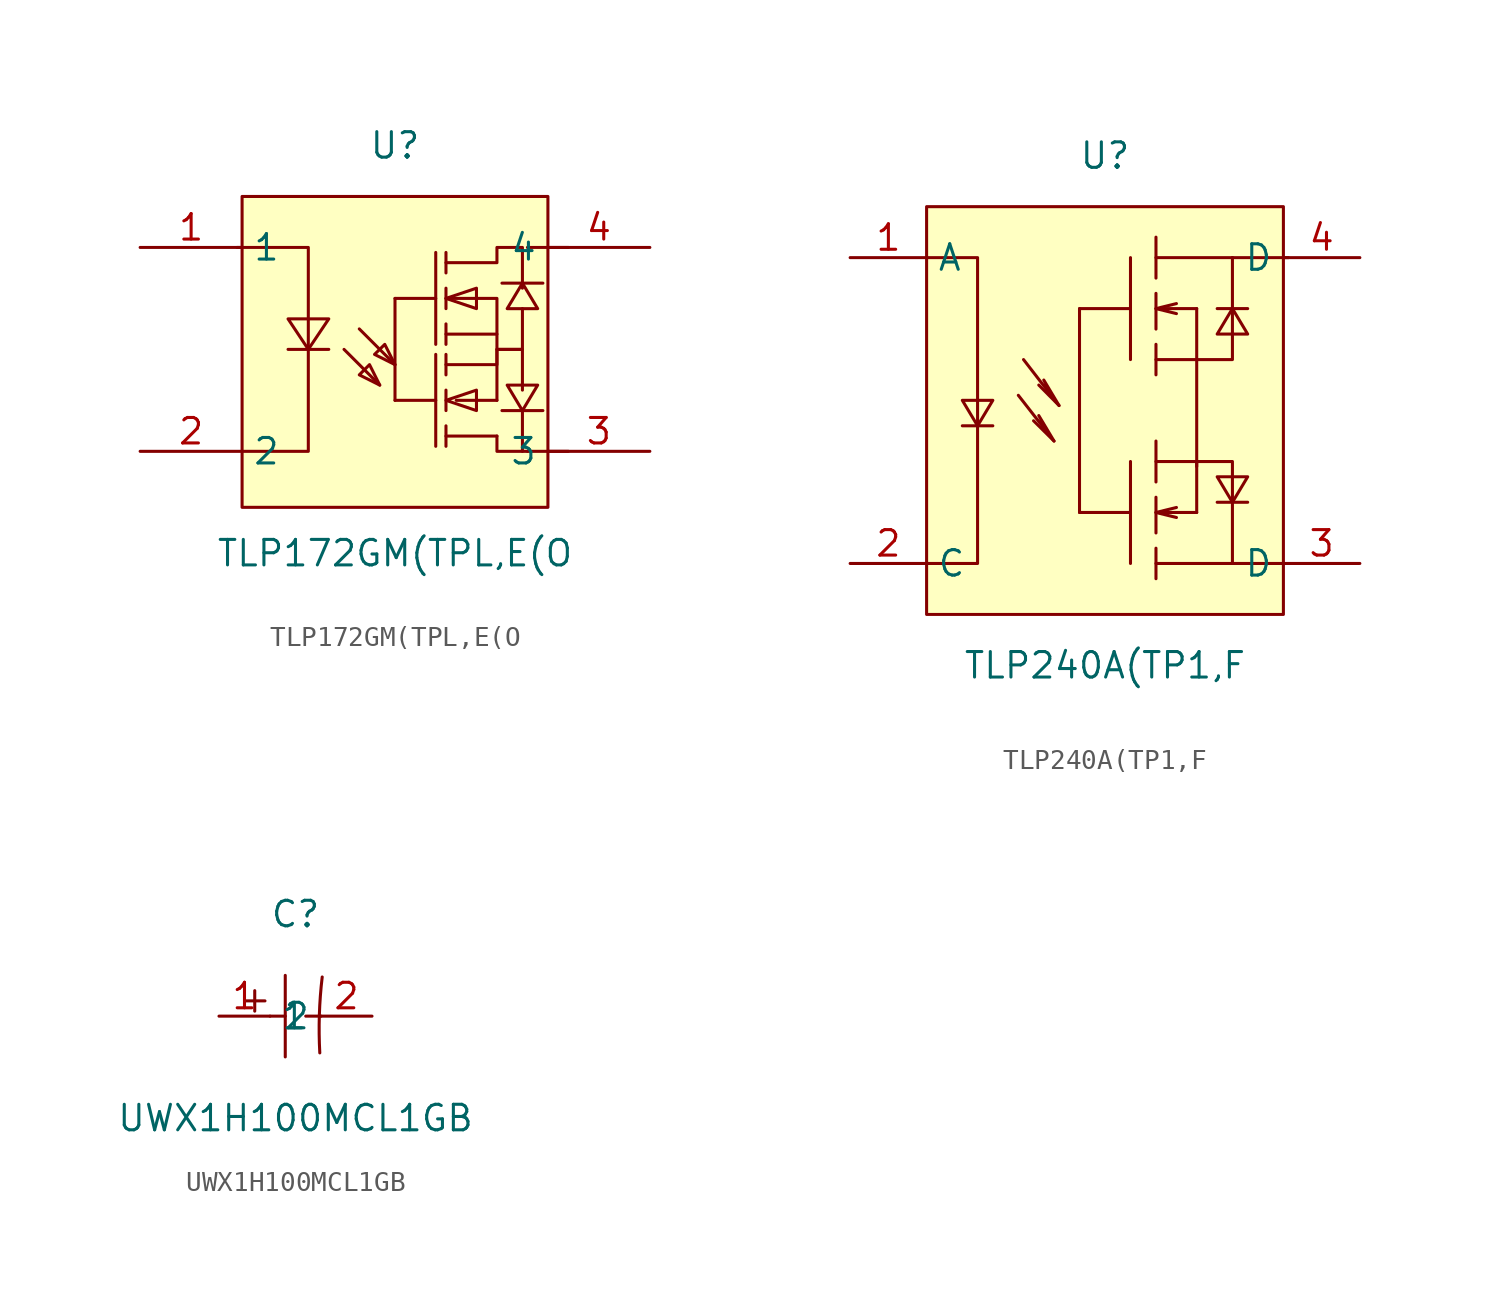
<source format=kicad_sym>
(kicad_symbol_lib
  (version 20211014)
  (generator https://github.com/uPesy/easyeda2kicad.py)
  (symbol "TLP172GM(TPL,E(O"
    (property "Reference" "U"
      (at 0 10.16 0)
      (effects (font (size 1.27 1.27))))
    (property "Value" "TLP172GM(TPL,E(O"
      (at 0 -10.16 0)
      (effects (font (size 1.27 1.27))))
    (symbol "TLP172GM(TPL,E(O_0_1"
      (rectangle (start -7.62 7.62) (end 7.62 -7.87) (stroke (width 0) (type default) (color 0 0 0 0)) (fill (type background)))
      (polyline (pts (xy -0.76 -1.78) (xy -1.27 -0.76) (xy -1.78 -1.27) (xy -0.76 -1.78)) (stroke (width 0) (type default) (color 0 0 0 0)) (fill (type background)))
      (polyline (pts (xy 0.00 -0.76) (xy -0.51 0.25) (xy -1.02 -0.25) (xy 0.00 -0.76)) (stroke (width 0) (type default) (color 0 0 0 0)) (fill (type background)))
      (polyline (pts (xy -7.87 5.08) (xy -4.32 5.08) (xy -4.32 -5.08) (xy -7.62 -5.08)) (stroke (width 0) (type default) (color 0 0 0 0)) (fill (type none)))
      (polyline (pts (xy -5.33 1.52) (xy -3.30 1.52) (xy -4.32 -0.00) (xy -5.33 1.52) (xy -5.33 1.52)) (stroke (width 0) (type default) (color 0 0 0 0)) (fill (type background)))
      (polyline (pts (xy -5.33 -0.00) (xy -3.30 -0.00)) (stroke (width 0) (type default) (color 0 0 0 0)) (fill (type none)))
      (polyline (pts (xy -2.54 -0.00) (xy -0.76 -1.78)) (stroke (width 0) (type default) (color 0 0 0 0)) (fill (type none)))
      (polyline (pts (xy -1.78 1.02) (xy 0.00 -0.76)) (stroke (width 0) (type default) (color 0 0 0 0)) (fill (type none)))
      (polyline (pts (xy 2.54 4.32) (xy 5.08 4.32) (xy 5.08 5.08) (xy 6.35 5.08) (xy 6.35 3.05)) (stroke (width 0) (type default) (color 0 0 0 0)) (fill (type none)))
      (polyline (pts (xy 2.54 2.54) (xy 5.08 2.54) (xy 5.08 1.27) (xy 5.08 -0.00) (xy 6.35 -0.00) (xy 6.35 2.03)) (stroke (width 0) (type default) (color 0 0 0 0)) (fill (type none)))
      (polyline (pts (xy 5.08 0.76) (xy 2.54 0.76)) (stroke (width 0) (type default) (color 0 0 0 0)) (fill (type none)))
      (polyline (pts (xy 2.03 4.83) (xy 2.03 0.25)) (stroke (width 0) (type default) (color 0 0 0 0)) (fill (type none)))
      (polyline (pts (xy 2.54 4.83) (xy 2.54 3.81)) (stroke (width 0) (type default) (color 0 0 0 0)) (fill (type none)))
      (polyline (pts (xy 2.54 2.03) (xy 2.54 3.05)) (stroke (width 0) (type default) (color 0 0 0 0)) (fill (type none)))
      (polyline (pts (xy 2.54 0.25) (xy 2.54 1.27)) (stroke (width 0) (type default) (color 0 0 0 0)) (fill (type none)))
      (polyline (pts (xy 0.00 2.54) (xy 2.03 2.54)) (stroke (width 0) (type default) (color 0 0 0 0)) (fill (type none)))
      (polyline (pts (xy 7.37 3.30) (xy 6.86 3.30) (xy 5.84 3.30) (xy 5.33 3.30)) (stroke (width 0) (type default) (color 0 0 0 0)) (fill (type none)))
      (polyline (pts (xy 2.54 -0.76) (xy 5.08 -0.76) (xy 5.08 -0.51) (xy 5.08 -0.00) (xy 6.35 -0.00) (xy 6.35 -2.03)) (stroke (width 0) (type default) (color 0 0 0 0)) (fill (type none)))
      (polyline (pts (xy 5.08 -4.32) (xy 2.54 -4.32)) (stroke (width 0) (type default) (color 0 0 0 0)) (fill (type none)))
      (polyline (pts (xy 2.03 -0.25) (xy 2.03 -4.83)) (stroke (width 0) (type default) (color 0 0 0 0)) (fill (type none)))
      (polyline (pts (xy 2.54 -0.25) (xy 2.54 -1.27)) (stroke (width 0) (type default) (color 0 0 0 0)) (fill (type none)))
      (polyline (pts (xy 2.54 -3.05) (xy 2.54 -2.03)) (stroke (width 0) (type default) (color 0 0 0 0)) (fill (type none)))
      (polyline (pts (xy 2.54 -4.83) (xy 2.54 -3.81)) (stroke (width 0) (type default) (color 0 0 0 0)) (fill (type none)))
      (polyline (pts (xy 0.00 -2.54) (xy 2.03 -2.54)) (stroke (width 0) (type default) (color 0 0 0 0)) (fill (type none)))
      (polyline (pts (xy 7.37 -3.05) (xy 6.86 -3.05) (xy 5.84 -3.05) (xy 5.33 -3.05)) (stroke (width 0) (type default) (color 0 0 0 0)) (fill (type none)))
      (polyline (pts (xy 0.00 -2.54) (xy 0.00 2.54)) (stroke (width 0) (type default) (color 0 0 0 0)) (fill (type none)))
      (polyline (pts (xy 6.60 5.08) (xy 8.64 5.08)) (stroke (width 0) (type default) (color 0 0 0 0)) (fill (type none)))
      (polyline (pts (xy 6.60 -5.08) (xy 8.64 -5.08)) (stroke (width 0) (type default) (color 0 0 0 0)) (fill (type none)))
      (polyline (pts (xy 5.08 -2.54) (xy 5.08 -0.00)) (stroke (width 0) (type default) (color 0 0 0 0)) (fill (type none)))
      (polyline (pts (xy 5.08 -2.54) (xy 4.57 -2.54) (xy 3.56 -2.54) (xy 3.05 -2.54)) (stroke (width 0) (type default) (color 0 0 0 0)) (fill (type none)))
      (polyline (pts (xy 5.08 -4.32) (xy 5.08 -4.83) (xy 5.08 -5.08) (xy 6.60 -5.08)) (stroke (width 0) (type default) (color 0 0 0 0)) (fill (type none)))
      (polyline (pts (xy 6.35 -3.05) (xy 6.35 -3.56) (xy 6.35 -4.57) (xy 6.35 -5.08)) (stroke (width 0) (type default) (color 0 0 0 0)) (fill (type none)))
      (polyline (pts (xy 2.54 2.54) (xy 4.06 2.03) (xy 4.06 3.05) (xy 2.54 2.54)) (stroke (width 0) (type default) (color 0 0 0 0)) (fill (type background)))
      (polyline (pts (xy 6.35 3.30) (xy 5.59 2.03) (xy 7.11 2.03) (xy 6.35 3.30)) (stroke (width 0) (type default) (color 0 0 0 0)) (fill (type background)))
      (polyline (pts (xy 2.54 -2.54) (xy 4.06 -3.05) (xy 4.06 -2.03) (xy 2.54 -2.54)) (stroke (width 0) (type default) (color 0 0 0 0)) (fill (type background)))
      (polyline (pts (xy 6.35 -3.05) (xy 5.59 -1.78) (xy 7.11 -1.78) (xy 6.35 -3.05)) (stroke (width 0) (type default) (color 0 0 0 0)) (fill (type background)))
      (pin unspecified line (at -12.70 5.08 0) (length 5.08) (name "1" (effects (font (size 1.27 1.27)))) (number "1" (effects (font (size 1.27 1.27)))))
      (pin unspecified line (at -12.70 -5.08 0) (length 5.08) (name "2" (effects (font (size 1.27 1.27)))) (number "2" (effects (font (size 1.27 1.27)))))
      (pin unspecified line (at 12.70 -5.08 180) (length 5.08) (name "3" (effects (font (size 1.27 1.27)))) (number "3" (effects (font (size 1.27 1.27)))))
      (pin unspecified line (at 12.70 5.08 180) (length 5.08) (name "4" (effects (font (size 1.27 1.27)))) (number "4" (effects (font (size 1.27 1.27)))))))
  (symbol "TLP240A(TP1,F"
    (property "Reference" "U"
      (at 0 12.70 0)
      (effects (font (size 1.27 1.27))))
    (property "Value" "TLP240A(TP1,F"
      (at 0 -12.70 0)
      (effects (font (size 1.27 1.27))))
    (symbol "TLP240A(TP1,F_0_1"
      (rectangle (start -8.89 10.16) (end 8.89 -10.16) (stroke (width 0) (type default) (color 0 0 0 0)) (fill (type background)))
      (polyline (pts (xy 1.27 7.62) (xy 1.27 2.54)) (stroke (width 0) (type default) (color 0 0 0 0)) (fill (type none)))
      (polyline (pts (xy 2.54 8.64) (xy 2.54 6.60)) (stroke (width 0) (type default) (color 0 0 0 0)) (fill (type none)))
      (polyline (pts (xy 2.54 5.84) (xy 2.54 4.06)) (stroke (width 0) (type default) (color 0 0 0 0)) (fill (type none)))
      (polyline (pts (xy 2.54 3.30) (xy 2.54 1.78)) (stroke (width 0) (type default) (color 0 0 0 0)) (fill (type none)))
      (polyline (pts (xy 2.54 7.62) (xy 6.35 7.62)) (stroke (width 0) (type default) (color 0 0 0 0)) (fill (type none)))
      (polyline (pts (xy 2.54 2.54) (xy 4.57 2.54)) (stroke (width 0) (type default) (color 0 0 0 0)) (fill (type none)))
      (polyline (pts (xy 4.57 5.08) (xy 4.57 2.54)) (stroke (width 0) (type default) (color 0 0 0 0)) (fill (type none)))
      (polyline (pts (xy 1.27 5.08) (xy -1.27 5.08)) (stroke (width 0) (type default) (color 0 0 0 0)) (fill (type none)))
      (polyline (pts (xy 4.57 5.08) (xy 2.54 5.08) (xy 3.56 4.83)) (stroke (width 0) (type default) (color 0 0 0 0)) (fill (type none)))
      (polyline (pts (xy 2.54 5.08) (xy 3.56 5.33)) (stroke (width 0) (type default) (color 0 0 0 0)) (fill (type none)))
      (polyline (pts (xy 7.11 3.81) (xy 5.59 3.81) (xy 6.35 5.08) (xy 7.11 3.81)) (stroke (width 0) (type default) (color 0 0 0 0)) (fill (type background)))
      (polyline (pts (xy 7.11 5.08) (xy 5.59 5.08)) (stroke (width 0) (type default) (color 0 0 0 0)) (fill (type none)))
      (polyline (pts (xy 1.27 -2.54) (xy 1.27 -7.62)) (stroke (width 0) (type default) (color 0 0 0 0)) (fill (type none)))
      (polyline (pts (xy 2.54 -1.52) (xy 2.54 -3.56)) (stroke (width 0) (type default) (color 0 0 0 0)) (fill (type none)))
      (polyline (pts (xy 2.54 -4.32) (xy 2.54 -6.10)) (stroke (width 0) (type default) (color 0 0 0 0)) (fill (type none)))
      (polyline (pts (xy 2.54 -6.86) (xy 2.54 -8.38)) (stroke (width 0) (type default) (color 0 0 0 0)) (fill (type none)))
      (polyline (pts (xy 2.54 -2.54) (xy 4.57 -2.54)) (stroke (width 0) (type default) (color 0 0 0 0)) (fill (type none)))
      (polyline (pts (xy 4.57 2.54) (xy 4.57 -2.79)) (stroke (width 0) (type default) (color 0 0 0 0)) (fill (type none)))
      (polyline (pts (xy 2.54 -7.62) (xy 6.35 -7.62)) (stroke (width 0) (type default) (color 0 0 0 0)) (fill (type none)))
      (polyline (pts (xy 4.57 -2.54) (xy 4.57 -5.08)) (stroke (width 0) (type default) (color 0 0 0 0)) (fill (type none)))
      (polyline (pts (xy 1.27 -5.08) (xy -1.27 -5.08)) (stroke (width 0) (type default) (color 0 0 0 0)) (fill (type none)))
      (polyline (pts (xy 4.57 -5.08) (xy 2.54 -5.08) (xy 3.56 -5.33)) (stroke (width 0) (type default) (color 0 0 0 0)) (fill (type none)))
      (polyline (pts (xy 2.54 -5.08) (xy 3.56 -4.83)) (stroke (width 0) (type default) (color 0 0 0 0)) (fill (type none)))
      (polyline (pts (xy 5.59 -3.30) (xy 7.11 -3.30) (xy 6.35 -4.57) (xy 5.59 -3.30)) (stroke (width 0) (type default) (color 0 0 0 0)) (fill (type background)))
      (polyline (pts (xy 5.59 -4.57) (xy 7.11 -4.57)) (stroke (width 0) (type default) (color 0 0 0 0)) (fill (type none)))
      (polyline (pts (xy 4.57 2.54) (xy 6.35 2.54) (xy 6.35 7.62)) (stroke (width 0) (type default) (color 0 0 0 0)) (fill (type none)))
      (polyline (pts (xy 4.57 -2.54) (xy 6.35 -2.54) (xy 6.35 -7.62)) (stroke (width 0) (type default) (color 0 0 0 0)) (fill (type none)))
      (polyline (pts (xy -1.27 5.08) (xy -1.27 -5.08)) (stroke (width 0) (type default) (color 0 0 0 0)) (fill (type none)))
      (polyline (pts (xy -8.89 7.62) (xy -6.35 7.62) (xy -6.35 -7.62) (xy -8.89 -7.62)) (stroke (width 0) (type default) (color 0 0 0 0)) (fill (type none)))
      (polyline (pts (xy -7.11 0.51) (xy -5.59 0.51) (xy -6.35 -0.76) (xy -7.11 0.51)) (stroke (width 0) (type default) (color 0 0 0 0)) (fill (type background)))
      (polyline (pts (xy -7.11 -0.76) (xy -5.59 -0.76)) (stroke (width 0) (type default) (color 0 0 0 0)) (fill (type none)))
      (polyline (pts (xy 6.35 7.62) (xy 6.35 7.62) (xy 7.62 7.62) (xy 7.62 7.62) (xy 9.14 7.62)) (stroke (width 0) (type default) (color 0 0 0 0)) (fill (type none)))
      (polyline (pts (xy 6.35 -7.62) (xy 6.35 -7.62) (xy 8.89 -7.62) (xy 8.89 -7.62)) (stroke (width 0) (type default) (color 0 0 0 0)) (fill (type none)))
      (polyline (pts (xy -4.06 2.54) (xy -2.29 0.25) (xy -3.05 1.52)) (stroke (width 0) (type default) (color 0 0 0 0)) (fill (type none)))
      (polyline (pts (xy -2.29 0.25) (xy -3.30 1.27)) (stroke (width 0) (type default) (color 0 0 0 0)) (fill (type none)))
      (polyline (pts (xy -4.32 0.76) (xy -2.54 -1.52) (xy -3.30 -0.25)) (stroke (width 0) (type default) (color 0 0 0 0)) (fill (type none)))
      (polyline (pts (xy -2.54 -1.52) (xy -3.56 -0.51)) (stroke (width 0) (type default) (color 0 0 0 0)) (fill (type none)))
      (pin unspecified line (at -12.70 7.62 0) (length 3.81) (name "A" (effects (font (size 1.27 1.27)))) (number "1" (effects (font (size 1.27 1.27)))))
      (pin unspecified line (at -12.70 -7.62 0) (length 3.81) (name "C" (effects (font (size 1.27 1.27)))) (number "2" (effects (font (size 1.27 1.27)))))
      (pin unspecified line (at 12.70 -7.62 180) (length 3.81) (name "D" (effects (font (size 1.27 1.27)))) (number "3" (effects (font (size 1.27 1.27)))))
      (pin unspecified line (at 12.70 7.62 180) (length 3.81) (name "D" (effects (font (size 1.27 1.27)))) (number "4" (effects (font (size 1.27 1.27)))))))
  (symbol "UWX1H100MCL1GB"
    (property "Reference" "C"
      (at 0 5.08 0)
      (effects (font (size 1.27 1.27))))
    (property "Value" "UWX1H100MCL1GB"
      (at 0 -5.08 0)
      (effects (font (size 1.27 1.27))))
    (symbol "UWX1H100MCL1GB_0_1"
      (arc (start 1.33 1.95) (mid 1.22 -2.00) (end 1.21 -1.83) (stroke (width 0) (type default) (color 0 0 0 0)) (fill (type none)))
      (polyline (pts (xy -0.51 2.03) (xy -0.51 -2.03)) (stroke (width 0) (type default) (color 0 0 0 0)) (fill (type none)))
      (polyline (pts (xy -1.27 -0.00) (xy -0.51 -0.00)) (stroke (width 0) (type default) (color 0 0 0 0)) (fill (type none)))
      (polyline (pts (xy 0.51 -0.00) (xy 1.27 -0.00)) (stroke (width 0) (type default) (color 0 0 0 0)) (fill (type none)))
      (polyline (pts (xy -2.54 0.76) (xy -1.52 0.76)) (stroke (width 0) (type default) (color 0 0 0 0)) (fill (type none)))
      (polyline (pts (xy -2.03 1.27) (xy -2.03 0.25)) (stroke (width 0) (type default) (color 0 0 0 0)) (fill (type none)))
      (pin input line (at -3.81 -0.00 0) (length 2.54) (name "1" (effects (font (size 1.27 1.27)))) (number "1" (effects (font (size 1.27 1.27)))))
      (pin input line (at 3.81 -0.00 180) (length 2.54) (name "2" (effects (font (size 1.27 1.27)))) (number "2" (effects (font (size 1.27 1.27))))))))
</source>
